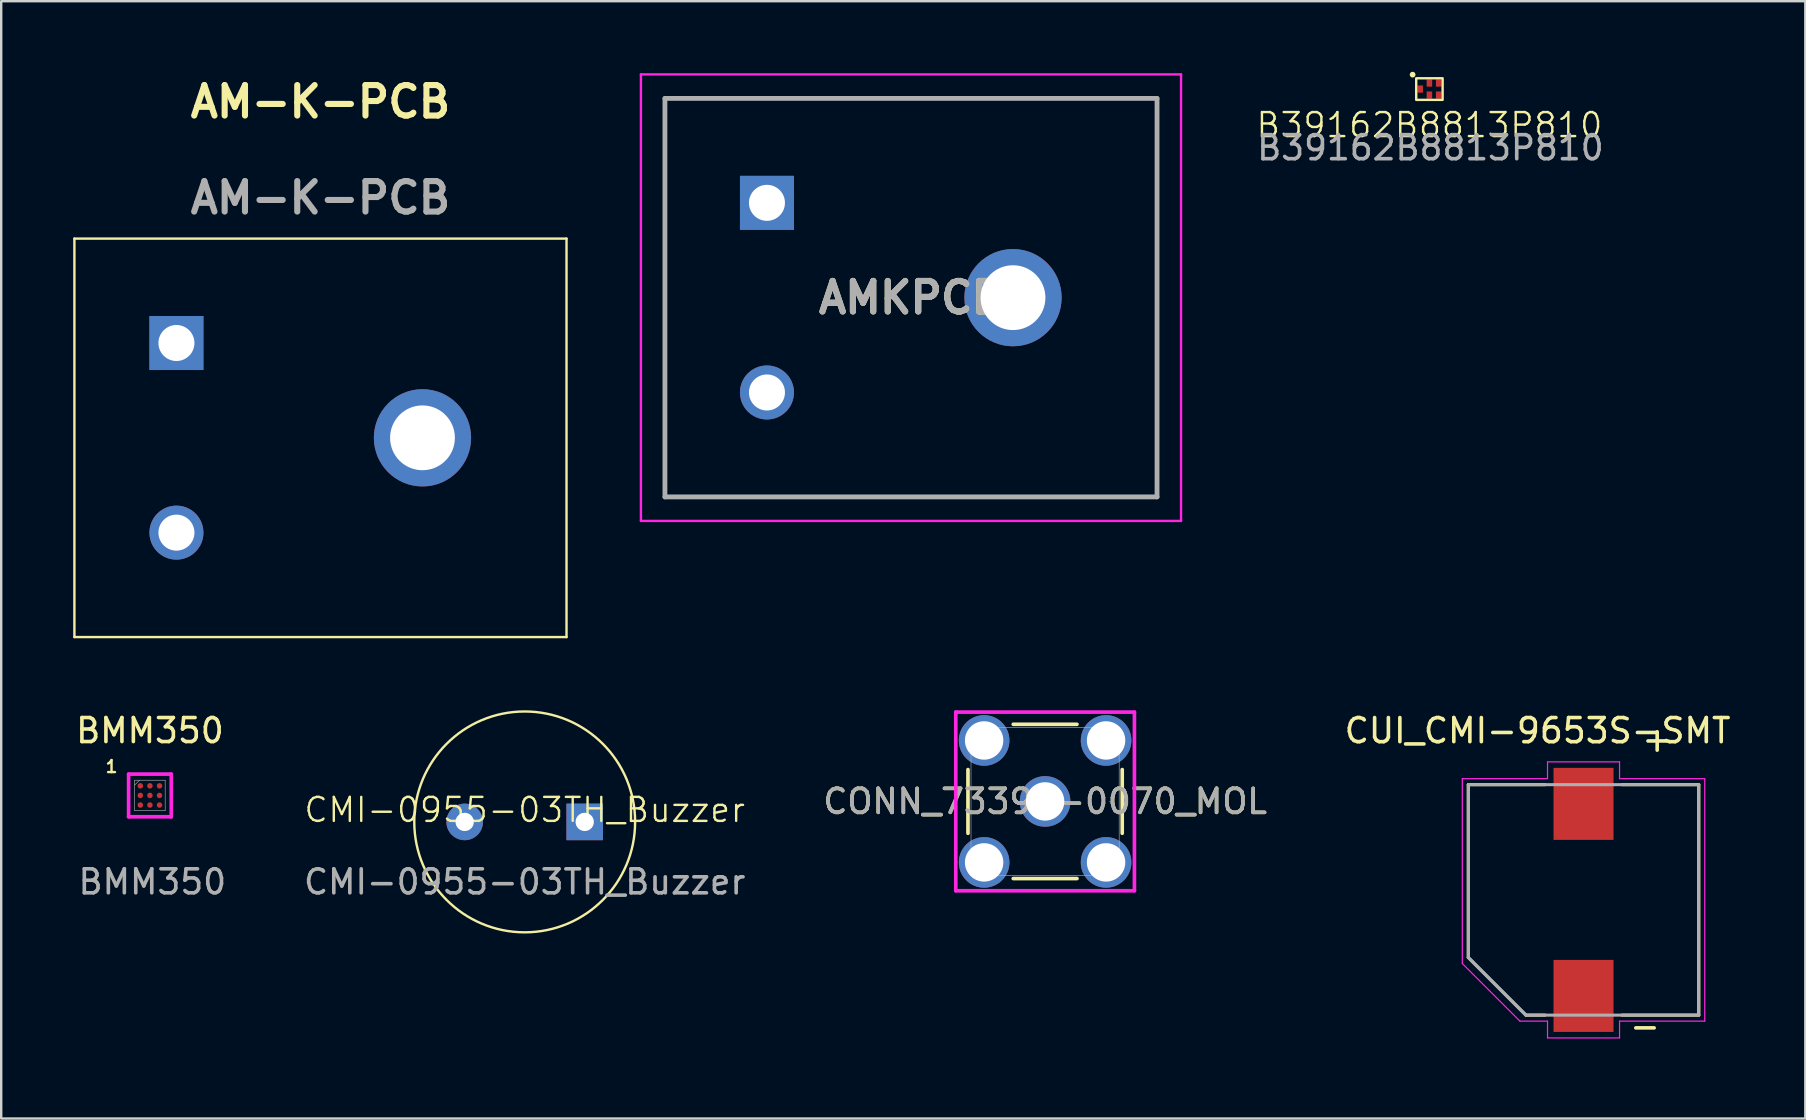
<source format=kicad_pcb>
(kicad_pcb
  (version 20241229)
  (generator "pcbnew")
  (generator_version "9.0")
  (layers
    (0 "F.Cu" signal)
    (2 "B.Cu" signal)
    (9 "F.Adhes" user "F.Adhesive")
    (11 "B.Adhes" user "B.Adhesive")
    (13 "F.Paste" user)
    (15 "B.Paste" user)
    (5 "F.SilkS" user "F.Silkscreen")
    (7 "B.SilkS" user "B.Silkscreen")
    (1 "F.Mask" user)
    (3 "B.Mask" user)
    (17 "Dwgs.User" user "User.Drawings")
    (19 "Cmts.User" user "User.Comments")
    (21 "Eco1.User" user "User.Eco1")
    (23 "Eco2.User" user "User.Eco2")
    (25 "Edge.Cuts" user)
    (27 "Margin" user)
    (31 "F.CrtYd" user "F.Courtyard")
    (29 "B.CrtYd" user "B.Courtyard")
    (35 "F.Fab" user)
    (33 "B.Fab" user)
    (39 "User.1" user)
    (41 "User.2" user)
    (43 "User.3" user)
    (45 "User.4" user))
  (footprint "BMM350"
    (layer "F.Cu")
    (at 3.196 30.087)
    (property "Reference" "BMM350" (at 0 -2.7 0) (unlocked yes) (layer "F.SilkS") (effects (font (size 1 1) (thickness 0.15))))
    (attr smd)
    (fp_line (start -0.889 -0.889) (end 0.889 -0.889) (stroke (width 0.152) (type solid)) (layer "F.CrtYd"))
    (fp_line (start -0.889 0.889) (end -0.889 -0.889) (stroke (width 0.152) (type solid)) (layer "F.CrtYd"))
    (fp_line (start 0.889 -0.889) (end 0.889 0.889) (stroke (width 0.152) (type solid)) (layer "F.CrtYd"))
    (fp_line (start 0.889 0.889) (end -0.889 0.889) (stroke (width 0.152) (type solid)) (layer "F.CrtYd"))
    (fp_line (start -0.635 -0.635) (end -0.635 0.635) (stroke (width 0.025) (type solid)) (layer "F.Fab"))
    (fp_line (start -0.635 0.635) (end 0.635 0.635) (stroke (width 0.025) (type solid)) (layer "F.Fab"))
    (fp_line (start -0.435 -0.635) (end -0.635 -0.435) (stroke (width 0.025) (type solid)) (layer "F.Fab"))
    (fp_line (start 0.635 -0.635) (end -0.635 -0.635) (stroke (width 0.025) (type solid)) (layer "F.Fab"))
    (fp_line (start 0.635 0.635) (end 0.635 -0.635) (stroke (width 0.025) (type solid)) (layer "F.Fab"))
    (fp_text user "1" (at -1.6 -1.2 0) (unlocked yes) (layer "F.SilkS") (effects (font (size 0.5 0.5) (thickness 0.1) (bold yes))))
    (fp_text user "${REFERENCE}" (at 0.1 3.6 0) (unlocked yes) (layer "F.Fab") (effects (font (size 1 1) (thickness 0.15))))
    (pad "A1" smd circle (at -0.4 -0.4) (size 0.229 0.229) (layers "F.Cu" "F.Mask" "F.Paste"))
    (pad "A2" smd circle (at 0 -0.4) (size 0.229 0.229) (layers "F.Cu" "F.Mask" "F.Paste"))
    (pad "A3" smd circle (at 0.4 -0.4) (size 0.229 0.229) (layers "F.Cu" "F.Mask" "F.Paste"))
    (pad "B1" smd circle (at -0.4 0) (size 0.229 0.229) (layers "F.Cu" "F.Mask" "F.Paste"))
    (pad "B2" smd circle (at 0 0) (size 0.229 0.229) (layers "F.Cu" "F.Mask" "F.Paste"))
    (pad "B3" smd circle (at 0.4 0) (size 0.229 0.229) (layers "F.Cu" "F.Mask" "F.Paste"))
    (pad "C1" smd circle (at -0.4 0.4) (size 0.229 0.229) (layers "F.Cu" "F.Mask" "F.Paste"))
    (pad "C2" smd circle (at 0 0.4) (size 0.229 0.229) (layers "F.Cu" "F.Mask" "F.Paste"))
    (pad "C3" smd circle (at 0.4 0.4) (size 0.229 0.229) (layers "F.Cu" "F.Mask" "F.Paste")))
  (footprint "CMI-0955-03TH_Buzzer"
    (layer "F.Cu")
    (at 18.808 31.189)
    (property "Reference" "CMI-0955-03TH_Buzzer" (at 0 -0.5 0) (unlocked yes) (layer "F.SilkS") (effects (font (size 1 1) (thickness 0.1))))
    (attr through_hole)
    (fp_circle (center 0 0) (end 4.6 0) (stroke (width 0.1) (type default)) (fill no) (layer "F.SilkS"))
    (fp_text user "${REFERENCE}" (at 0 2.5 0) (unlocked yes) (layer "F.Fab") (effects (font (size 1 1) (thickness 0.15))))
    (pad "1" thru_hole rect (at 2.5 0) (size 1.524 1.524) (drill 0.762) (layers "*.Cu" "*.Mask"))
    (pad "2" thru_hole circle (at -2.5 0) (size 1.524 1.524) (drill 0.762) (layers "*.Cu" "*.Mask")))
  (footprint "AM-K-PCB"
    (layer "F.Cu")
    (at 10.3 15.189)
    (property "Reference" "AM-K-PCB" (at 0 -14 0) (layer "F.SilkS") (effects (font (size 1.27 1.27) (thickness 0.254))))
    (attr through_hole)
    (fp_line (start -10.25 -8.3) (end 10.25 -8.3) (stroke (width 0.1) (type solid)) (layer "F.SilkS"))
    (fp_line (start -10.25 8.3) (end -10.25 -8.3) (stroke (width 0.1) (type solid)) (layer "F.SilkS"))
    (fp_line (start 10.25 -8.3) (end 10.25 8.3) (stroke (width 0.1) (type solid)) (layer "F.SilkS"))
    (fp_line (start 10.25 8.3) (end -10.25 8.3) (stroke (width 0.1) (type solid)) (layer "F.SilkS"))
    (fp_text user "${REFERENCE}" (at 0 -10 0) (layer "F.Fab") (effects (font (size 1.27 1.27) (thickness 0.254))))
    (pad "" thru_hole circle (at 4.25 0) (size 4.05 4.05) (drill 2.7) (layers "*.Cu" "*.Mask"))
    (pad "1" thru_hole rect (at -6 -3.95) (size 2.25 2.25) (drill 1.5) (layers "*.Cu" "*.Mask"))
    (pad "2" thru_hole circle (at -6 3.95) (size 2.25 2.25) (drill 1.5) (layers "*.Cu" "*.Mask")))
  (footprint "B39162B8813P810"
    (layer "F.Cu")
    (at 56.497 0.66)
    (property "Reference" "B39162B8813P810" (at 0 1.5 0) (unlocked yes) (layer "F.SilkS") (effects (font (size 1 1) (thickness 0.1))))
    (attr smd)
    (fp_rect (start -0.55 -0.45) (end 0.55 0.45) (stroke (width 0.1) (type default)) (fill no) (layer "F.SilkS"))
    (fp_circle (center -0.7 -0.6) (end -0.7 -0.6) (stroke (width 0.12) (type default)) (fill no) (layer "F.SilkS"))
    (fp_text user "${REFERENCE}" (at 0.042 2.446 0) (unlocked yes) (layer "F.Fab") (effects (font (size 1 1) (thickness 0.15))))
    (pad "1" smd rect (at -0.385 0) (size 0.23 0.3) (layers "F.Cu" "F.Mask" "F.Paste"))
    (pad "2" smd rect (at 0 0.25) (size 0.23 0.3) (layers "F.Cu" "F.Mask" "F.Paste"))
    (pad "3" smd rect (at 0.385 0.25) (size 0.23 0.3) (layers "F.Cu" "F.Mask" "F.Paste"))
    (pad "4" smd rect (at 0.385 -0.25) (size 0.23 0.3) (layers "F.Cu" "F.Mask" "F.Paste"))
    (pad "5" smd rect (at 0 -0.25) (size 0.23 0.3) (layers "F.Cu" "F.Mask" "F.Paste")))
  (footprint "CUI_CMI-9653S-SMT"
    (layer "F.Cu")
    (at 62.917 34.438)
    (property "Reference" "CUI_CMI-9653S-SMT" (at -1.914 -7.049 0) (layer "F.SilkS") (effects (font (size 1.004 1.004) (thickness 0.15))))
    (attr smd)
    (fp_line (start -4.8 -4.8) (end -1.6 -4.8) (stroke (width 0.127) (type solid)) (layer "F.SilkS"))
    (fp_line (start -4.8 2.4) (end -4.8 -4.8) (stroke (width 0.127) (type solid)) (layer "F.SilkS"))
    (fp_line (start -4.8 2.4) (end -2.4 4.8) (stroke (width 0.127) (type solid)) (layer "F.SilkS"))
    (fp_line (start -2.4 4.8) (end -1.6 4.8) (stroke (width 0.127) (type solid)) (layer "F.SilkS"))
    (fp_line (start 1.6 4.8) (end 4.8 4.8) (stroke (width 0.127) (type solid)) (layer "F.SilkS"))
    (fp_line (start 4.8 -4.8) (end 1.6 -4.8) (stroke (width 0.127) (type solid)) (layer "F.SilkS"))
    (fp_line (start 4.8 -4.8) (end 4.8 4.8) (stroke (width 0.127) (type solid)) (layer "F.SilkS"))
    (fp_line (start -5.05 -5.05) (end -5.05 2.65) (stroke (width 0.05) (type solid)) (layer "F.CrtYd"))
    (fp_line (start -5.05 2.65) (end -2.65 5.05) (stroke (width 0.05) (type solid)) (layer "F.CrtYd"))
    (fp_line (start -2.65 5.05) (end -1.5 5.05) (stroke (width 0.05) (type solid)) (layer "F.CrtYd"))
    (fp_line (start -1.5 -5.05) (end -5.05 -5.05) (stroke (width 0.05) (type solid)) (layer "F.CrtYd"))
    (fp_line (start -1.5 -5.05) (end -1.5 -5.75) (stroke (width 0.05) (type solid)) (layer "F.CrtYd"))
    (fp_line (start -1.5 5.75) (end -1.5 5.05) (stroke (width 0.05) (type solid)) (layer "F.CrtYd"))
    (fp_line (start -1.5 5.75) (end 1.5 5.75) (stroke (width 0.05) (type solid)) (layer "F.CrtYd"))
    (fp_line (start 1.5 -5.75) (end -1.5 -5.75) (stroke (width 0.05) (type solid)) (layer "F.CrtYd"))
    (fp_line (start 1.5 -5.05) (end 1.5 -5.75) (stroke (width 0.05) (type solid)) (layer "F.CrtYd"))
    (fp_line (start 1.5 5.05) (end 5.05 5.05) (stroke (width 0.05) (type solid)) (layer "F.CrtYd"))
    (fp_line (start 1.5 5.75) (end 1.5 5.05) (stroke (width 0.05) (type solid)) (layer "F.CrtYd"))
    (fp_line (start 5.05 -5.05) (end 1.5 -5.05) (stroke (width 0.05) (type solid)) (layer "F.CrtYd"))
    (fp_line (start 5.05 5.05) (end 5.05 -5.05) (stroke (width 0.05) (type solid)) (layer "F.CrtYd"))
    (fp_line (start -4.8 -4.8) (end 4.8 -4.8) (stroke (width 0.127) (type solid)) (layer "F.Fab"))
    (fp_line (start -4.8 2.4) (end -4.8 -4.8) (stroke (width 0.127) (type solid)) (layer "F.Fab"))
    (fp_line (start -4.8 2.4) (end -2.4 4.8) (stroke (width 0.127) (type solid)) (layer "F.Fab"))
    (fp_line (start 4.8 -4.8) (end 4.8 4.8) (stroke (width 0.127) (type solid)) (layer "F.Fab"))
    (fp_line (start 4.8 4.8) (end -2.4 4.8) (stroke (width 0.127) (type solid)) (layer "F.Fab"))
    (fp_text user "+" (at 3.068 -6.695 0) (layer "F.SilkS") (effects (font (size 1.004 1.004) (thickness 0.15))))
    (fp_text user "-" (at 2.56 5.258 0) (layer "F.SilkS") (effects (font (size 1.004 1.004) (thickness 0.15))))
    (pad "N" smd rect (at 0 4 90) (size 3 2.5) (layers "F.Cu" "F.Mask" "F.Paste"))
    (pad "P" smd rect (at 0 -4 90) (size 3 2.5) (layers "F.Cu" "F.Mask" "F.Paste")))
  (footprint "AMKPCB"
    (layer "F.Cu")
    (at 28.9 5.4)
    (property "Reference" "AMKPCB" (at 6 3.95 0) (layer "F.SilkS") (effects (font (size 1.27 1.27) (thickness 0.254))))
    (attr through_hole)
    (fp_line (start -4.25 -4.35) (end 16.25 -4.35) (stroke (width 0.1) (type solid)) (layer "F.SilkS"))
    (fp_line (start -4.25 12.25) (end -4.25 -4.35) (stroke (width 0.1) (type solid)) (layer "F.SilkS"))
    (fp_line (start 16.25 -4.35) (end 16.25 12.25) (stroke (width 0.1) (type solid)) (layer "F.SilkS"))
    (fp_line (start 16.25 12.25) (end -4.25 12.25) (stroke (width 0.1) (type solid)) (layer "F.SilkS"))
    (fp_line (start -5.25 -5.35) (end 17.25 -5.35) (stroke (width 0.1) (type solid)) (layer "F.CrtYd"))
    (fp_line (start -5.25 13.25) (end -5.25 -5.35) (stroke (width 0.1) (type solid)) (layer "F.CrtYd"))
    (fp_line (start 17.25 -5.35) (end 17.25 13.25) (stroke (width 0.1) (type solid)) (layer "F.CrtYd"))
    (fp_line (start 17.25 13.25) (end -5.25 13.25) (stroke (width 0.1) (type solid)) (layer "F.CrtYd"))
    (fp_line (start -4.25 -4.35) (end -4.25 12.25) (stroke (width 0.2) (type solid)) (layer "F.Fab"))
    (fp_line (start -4.25 12.25) (end 16.25 12.25) (stroke (width 0.2) (type solid)) (layer "F.Fab"))
    (fp_line (start 16.25 -4.35) (end -4.25 -4.35) (stroke (width 0.2) (type solid)) (layer "F.Fab"))
    (fp_line (start 16.25 12.25) (end 16.25 -4.35) (stroke (width 0.2) (type solid)) (layer "F.Fab"))
    (fp_text user "${REFERENCE}" (at 6 3.95 0) (layer "F.Fab") (effects (font (size 1.27 1.27) (thickness 0.254))))
    (pad "1" thru_hole rect (at 0 0) (size 2.25 2.25) (drill 1.5) (layers "*.Cu" "*.Mask"))
    (pad "2" thru_hole circle (at 0 7.9) (size 2.25 2.25) (drill 1.5) (layers "*.Cu" "*.Mask"))
    (pad "MH1" thru_hole circle (at 10.25 3.95) (size 4.05 4.05) (drill 2.7) (layers "*.Cu" "*.Mask")))
  (footprint "CONN_73391-0070_MOL"
    (layer "F.Cu")
    (at 40.487 30.336)
    (property "Reference" "CONN_73391-0070_MOL" (at 0 0 0) (unlocked yes) (layer "F.SilkS") (effects (font (size 1 1) (thickness 0.15))))
    (attr through_hole)
    (fp_line (start -3.213 -1.327) (end -3.213 1.327) (stroke (width 0.152) (type solid)) (layer "F.SilkS"))
    (fp_line (start -1.327 3.213) (end 1.327 3.213) (stroke (width 0.152) (type solid)) (layer "F.SilkS"))
    (fp_line (start 1.327 -3.213) (end -1.327 -3.213) (stroke (width 0.152) (type solid)) (layer "F.SilkS"))
    (fp_line (start 3.213 1.327) (end 3.213 -1.327) (stroke (width 0.152) (type solid)) (layer "F.SilkS"))
    (fp_line (start -3.721 -3.721) (end 3.721 -3.721) (stroke (width 0.152) (type solid)) (layer "F.CrtYd"))
    (fp_line (start -3.721 3.721) (end -3.721 -3.721) (stroke (width 0.152) (type solid)) (layer "F.CrtYd"))
    (fp_line (start 3.721 -3.721) (end 3.721 3.721) (stroke (width 0.152) (type solid)) (layer "F.CrtYd"))
    (fp_line (start 3.721 3.721) (end -3.721 3.721) (stroke (width 0.152) (type solid)) (layer "F.CrtYd"))
    (fp_line (start -3.086 -3.086) (end -3.086 3.086) (stroke (width 0.025) (type solid)) (layer "F.Fab"))
    (fp_line (start -3.086 3.086) (end 3.086 3.086) (stroke (width 0.025) (type solid)) (layer "F.Fab"))
    (fp_line (start 3.086 -3.086) (end -3.086 -3.086) (stroke (width 0.025) (type solid)) (layer "F.Fab"))
    (fp_line (start 3.086 3.086) (end 3.086 -3.086) (stroke (width 0.025) (type solid)) (layer "F.Fab"))
    (fp_circle (center 2.705 0) (end 2.705 0) (stroke (width 0.025) (type solid)) (fill no) (layer "F.Fab"))
    (fp_text user "${REFERENCE}" (at 0 0 0) (unlocked yes) (layer "F.Fab") (effects (font (size 1 1) (thickness 0.15))))
    (pad "1" thru_hole circle (at 0 0) (size 2.108 2.108) (drill 1.6) (layers "*.Cu" "*.Mask"))
    (pad "2" thru_hole circle (at -2.54 -2.54) (size 2.108 2.108) (drill 1.6) (layers "*.Cu" "*.Mask"))
    (pad "3" thru_hole circle (at -2.54 2.54) (size 2.108 2.108) (drill 1.6) (layers "*.Cu" "*.Mask"))
    (pad "4" thru_hole circle (at 2.54 2.54) (size 2.108 2.108) (drill 1.6) (layers "*.Cu" "*.Mask"))
    (pad "5" thru_hole circle (at 2.54 -2.54) (size 2.108 2.108) (drill 1.6) (layers "*.Cu" "*.Mask")))
  (gr_rect
    (start -3 -3)
    (end 72.156 43.547)
    (stroke (width 0.1) (type default))
    (fill no)
    (layer "Edge.Cuts")))
</source>
